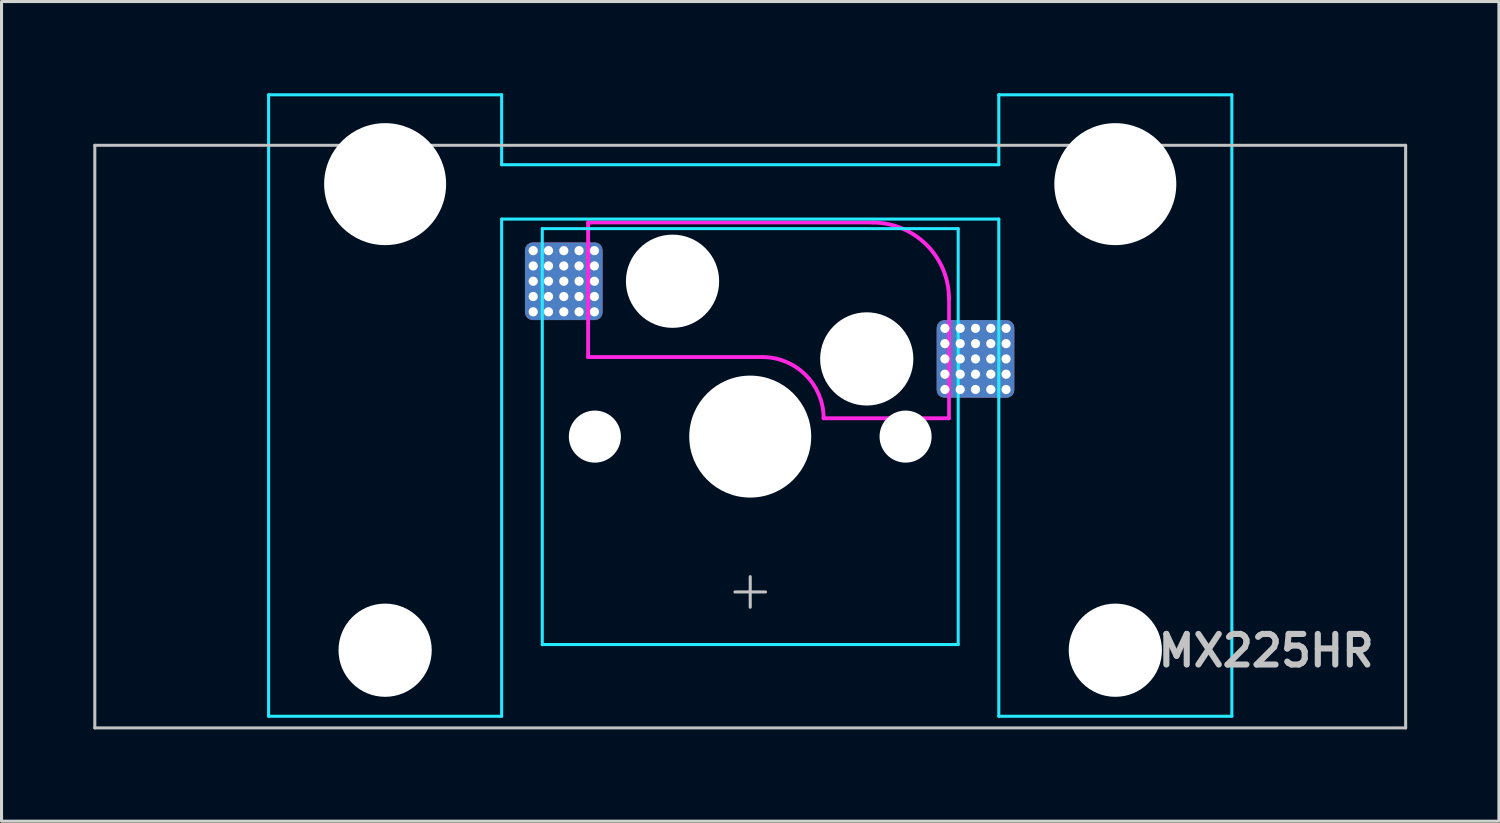
<source format=kicad_pcb>
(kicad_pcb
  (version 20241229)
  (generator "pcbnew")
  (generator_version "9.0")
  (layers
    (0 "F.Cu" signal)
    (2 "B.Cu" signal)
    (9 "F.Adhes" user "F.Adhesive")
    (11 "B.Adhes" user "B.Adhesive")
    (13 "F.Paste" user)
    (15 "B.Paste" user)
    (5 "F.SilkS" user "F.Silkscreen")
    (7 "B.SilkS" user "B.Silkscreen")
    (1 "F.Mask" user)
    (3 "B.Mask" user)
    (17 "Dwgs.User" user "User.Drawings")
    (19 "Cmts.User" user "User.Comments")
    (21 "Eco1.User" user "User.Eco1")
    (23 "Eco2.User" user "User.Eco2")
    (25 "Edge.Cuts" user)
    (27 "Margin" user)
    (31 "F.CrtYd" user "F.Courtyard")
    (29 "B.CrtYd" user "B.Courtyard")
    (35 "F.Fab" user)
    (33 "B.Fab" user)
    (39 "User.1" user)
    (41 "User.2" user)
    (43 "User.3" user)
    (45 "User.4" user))
  (footprint "MX225HR"
    (layer "F.Cu")
    (at 21.481 11.226)
    (property "Reference" "MX225HR" (at 20.5 7 0) (layer "Dwgs.User") (effects (font (size 1 1) (thickness 0.2)) (justify right)))
    (attr smd)
    (fp_line (start -21.431 -9.525) (end -21.431 9.525) (stroke (width 0.1) (type solid)) (layer "Dwgs.User"))
    (fp_line (start -21.431 -9.525) (end 21.431 -9.525) (stroke (width 0.1) (type solid)) (layer "Dwgs.User"))
    (fp_line (start -21.431 9.525) (end 21.431 9.525) (stroke (width 0.1) (type solid)) (layer "Dwgs.User"))
    (fp_line (start -0.5 5.08) (end 0.5 5.08) (stroke (width 0.1) (type solid)) (layer "Dwgs.User"))
    (fp_line (start 0 4.58) (end 0 5.58) (stroke (width 0.1) (type solid)) (layer "Dwgs.User"))
    (fp_line (start 21.431 -9.525) (end 21.431 9.525) (stroke (width 0.1) (type solid)) (layer "Dwgs.User"))
    (fp_line (start -15.438 -8.515) (end -15.438 5.485) (stroke (width 0.1) (type solid)) (layer "Eco1.User"))
    (fp_line (start -14.938 -9.015) (end -8.938 -9.015) (stroke (width 0.1) (type solid)) (layer "Eco1.User"))
    (fp_line (start -8.938 5.985) (end -14.938 5.985) (stroke (width 0.1) (type solid)) (layer "Eco1.User"))
    (fp_line (start -8.438 5.485) (end -8.438 -8.515) (stroke (width 0.1) (type solid)) (layer "Eco1.User"))
    (fp_line (start -7 -6.5) (end -7 6.5) (stroke (width 0.1) (type solid)) (layer "Eco1.User"))
    (fp_line (start -6.5 7) (end 6.5 7) (stroke (width 0.1) (type solid)) (layer "Eco1.User"))
    (fp_line (start 6.5 -7) (end -6.5 -7) (stroke (width 0.1) (type solid)) (layer "Eco1.User"))
    (fp_line (start 7 6.5) (end 7 -6.5) (stroke (width 0.1) (type solid)) (layer "Eco1.User"))
    (fp_line (start 8.438 -8.515) (end 8.438 5.485) (stroke (width 0.1) (type solid)) (layer "Eco1.User"))
    (fp_line (start 8.938 -9.015) (end 14.938 -9.015) (stroke (width 0.1) (type solid)) (layer "Eco1.User"))
    (fp_line (start 14.938 5.985) (end 8.938 5.985) (stroke (width 0.1) (type solid)) (layer "Eco1.User"))
    (fp_line (start 15.438 5.485) (end 15.438 -8.515) (stroke (width 0.1) (type solid)) (layer "Eco1.User"))
    (fp_arc (start -15.438 -8.515) (mid -15.291553 -8.868553) (end -14.938 -9.015) (stroke (width 0.1) (type solid)) (layer "Eco1.User"))
    (fp_arc (start -14.938 5.985) (mid -15.291553 5.838553) (end -15.438 5.485) (stroke (width 0.1) (type solid)) (layer "Eco1.User"))
    (fp_arc (start -8.938 -9.015) (mid -8.584447 -8.868553) (end -8.438 -8.515) (stroke (width 0.1) (type solid)) (layer "Eco1.User"))
    (fp_arc (start -8.438 5.485) (mid -8.584447 5.838553) (end -8.938 5.985) (stroke (width 0.1) (type solid)) (layer "Eco1.User"))
    (fp_arc (start -7 -6.5) (mid -6.853553 -6.853553) (end -6.5 -7) (stroke (width 0.1) (type solid)) (layer "Eco1.User"))
    (fp_arc (start -6.5 7) (mid -6.853553 6.853553) (end -7 6.5) (stroke (width 0.1) (type solid)) (layer "Eco1.User"))
    (fp_arc (start 6.5 -7) (mid 6.853553 -6.853553) (end 7 -6.5) (stroke (width 0.1) (type solid)) (layer "Eco1.User"))
    (fp_arc (start 7 6.5) (mid 6.853553 6.853553) (end 6.5 7) (stroke (width 0.1) (type solid)) (layer "Eco1.User"))
    (fp_arc (start 8.438 -8.515) (mid 8.584447 -8.868553) (end 8.938 -9.015) (stroke (width 0.1) (type solid)) (layer "Eco1.User"))
    (fp_arc (start 8.938 5.985) (mid 8.584447 5.838553) (end 8.438 5.485) (stroke (width 0.1) (type solid)) (layer "Eco1.User"))
    (fp_arc (start 14.938 -9.015) (mid 15.291553 -8.868553) (end 15.438 -8.515) (stroke (width 0.1) (type solid)) (layer "Eco1.User"))
    (fp_arc (start 15.438 5.485) (mid 15.291553 5.838553) (end 14.938 5.985) (stroke (width 0.1) (type solid)) (layer "Eco1.User"))
    (fp_line (start -15.748 -11.176) (end -15.748 9.144) (stroke (width 0.1) (type solid)) (layer "B.CrtYd"))
    (fp_line (start -15.748 -11.176) (end -8.128 -11.176) (stroke (width 0.1) (type solid)) (layer "B.CrtYd"))
    (fp_line (start -8.128 -8.89) (end -8.128 -11.176) (stroke (width 0.1) (type solid)) (layer "B.CrtYd"))
    (fp_line (start -8.128 -7.112) (end -8.128 9.142) (stroke (width 0.1) (type solid)) (layer "B.CrtYd"))
    (fp_line (start -8.128 9.144) (end -15.748 9.144) (stroke (width 0.1) (type solid)) (layer "B.CrtYd"))
    (fp_line (start -6.8 -6.8) (end -6.8 6.8) (stroke (width 0.1) (type solid)) (layer "B.CrtYd"))
    (fp_line (start 6.8 -6.8) (end -6.8 -6.8) (stroke (width 0.1) (type solid)) (layer "B.CrtYd"))
    (fp_line (start 6.8 -6.8) (end 6.8 6.8) (stroke (width 0.1) (type solid)) (layer "B.CrtYd"))
    (fp_line (start 6.8 6.8) (end -6.8 6.8) (stroke (width 0.1) (type solid)) (layer "B.CrtYd"))
    (fp_line (start 8.128 -8.89) (end -8.128 -8.89) (stroke (width 0.1) (type solid)) (layer "B.CrtYd"))
    (fp_line (start 8.128 -8.89) (end 8.128 -11.176) (stroke (width 0.1) (type solid)) (layer "B.CrtYd"))
    (fp_line (start 8.128 -7.112) (end -8.128 -7.112) (stroke (width 0.1) (type solid)) (layer "B.CrtYd"))
    (fp_line (start 8.128 -7.112) (end 8.128 9.144) (stroke (width 0.1) (type solid)) (layer "B.CrtYd"))
    (fp_line (start 8.128 9.144) (end 15.748 9.144) (stroke (width 0.1) (type solid)) (layer "B.CrtYd"))
    (fp_line (start 15.748 -11.176) (end 8.128 -11.176) (stroke (width 0.1) (type solid)) (layer "B.CrtYd"))
    (fp_line (start 15.748 9.144) (end 15.748 -11.176) (stroke (width 0.1) (type solid)) (layer "B.CrtYd"))
    (fp_line (start -5.3 -7) (end -5.3 -2.6) (stroke (width 0.127) (type solid)) (layer "F.CrtYd"))
    (fp_line (start -5.2 -7) (end -5.3 -7) (stroke (width 0.12) (type solid)) (layer "F.CrtYd"))
    (fp_line (start 0.4 -2.6) (end -5.3 -2.6) (stroke (width 0.127) (type solid)) (layer "F.CrtYd"))
    (fp_line (start 4 -7) (end -5.2 -7) (stroke (width 0.12) (type solid)) (layer "F.CrtYd"))
    (fp_line (start 6.5 -4.5) (end 6.5 -0.6) (stroke (width 0.12) (type solid)) (layer "F.CrtYd"))
    (fp_line (start 6.5 -0.6) (end 2.4 -0.6) (stroke (width 0.127) (type solid)) (layer "F.CrtYd"))
    (fp_arc (start 0.4 -2.6) (mid 1.814214 -2.014214) (end 2.4 -0.6) (stroke (width 0.127) (type solid)) (layer "F.CrtYd"))
    (fp_arc (start 4 -7) (mid 5.767767 -6.267767) (end 6.5 -4.5) (stroke (width 0.127) (type solid)) (layer "F.CrtYd"))
    (pad "" np_thru_hole circle (at -11.938 -8.255 180) (size 3.988 3.988) (drill 3.988) (layers "*.Cu" "*.Mask"))
    (pad "" np_thru_hole circle (at -11.938 6.985 180) (size 3.048 3.048) (drill 3.048) (layers "*.Cu" "*.Mask"))
    (pad "" np_thru_hole circle (at -5.08 0) (size 1.702 1.702) (drill 1.702) (layers "*.Cu" "*.Mask"))
    (pad "" np_thru_hole circle (at -2.54 -5.08) (size 3.048 3.048) (drill 3.048) (layers "*.Cu" "*.Mask"))
    (pad "" np_thru_hole circle (at 0 0) (size 3.988 3.988) (drill 3.988) (layers "*.Cu" "*.Mask"))
    (pad "" np_thru_hole circle (at 3.81 -2.54) (size 3.048 3.048) (drill 3.048) (layers "*.Cu" "*.Mask"))
    (pad "" np_thru_hole circle (at 5.08 0) (size 1.702 1.702) (drill 1.702) (layers "*.Cu" "*.Mask"))
    (pad "" np_thru_hole circle (at 11.938 -8.255 180) (size 3.988 3.988) (drill 3.988) (layers "*.Cu" "*.Mask"))
    (pad "" np_thru_hole circle (at 11.938 6.985 180) (size 3.048 3.048) (drill 3.048) (layers "*.Cu" "*.Mask"))
    (pad "1" thru_hole circle (at -7.096 -6.08) (size 0.3 0.3) (drill 0.3) (layers "*.Cu" "F.Mask"))
    (pad "1" thru_hole circle (at -7.096 -5.58) (size 0.3 0.3) (drill 0.3) (layers "*.Cu" "F.Mask"))
    (pad "1" thru_hole circle (at -7.096 -5.08) (size 0.3 0.3) (drill 0.3) (layers "*.Cu" "F.Mask"))
    (pad "1" thru_hole circle (at -7.096 -4.58) (size 0.3 0.3) (drill 0.3) (layers "*.Cu" "F.Mask"))
    (pad "1" thru_hole circle (at -7.096 -4.08) (size 0.3 0.3) (drill 0.3) (layers "*.Cu" "F.Mask"))
    (pad "1" thru_hole circle (at -6.596 -6.08) (size 0.3 0.3) (drill 0.3) (layers "*.Cu" "F.Mask"))
    (pad "1" thru_hole circle (at -6.596 -5.58) (size 0.3 0.3) (drill 0.3) (layers "*.Cu" "F.Mask"))
    (pad "1" thru_hole circle (at -6.596 -5.08) (size 0.3 0.3) (drill 0.3) (layers "*.Cu" "F.Mask"))
    (pad "1" thru_hole circle (at -6.596 -4.58) (size 0.3 0.3) (drill 0.3) (layers "*.Cu" "F.Mask"))
    (pad "1" thru_hole circle (at -6.596 -4.08) (size 0.3 0.3) (drill 0.3) (layers "*.Cu" "F.Mask"))
    (pad "1" thru_hole circle (at -6.096 -6.08) (size 0.3 0.3) (drill 0.3) (layers "*.Cu" "F.Mask"))
    (pad "1" thru_hole circle (at -6.096 -5.58) (size 0.3 0.3) (drill 0.3) (layers "*.Cu" "F.Mask"))
    (pad "1" thru_hole circle (at -6.096 -5.08) (size 0.3 0.3) (drill 0.3) (layers "*.Cu" "F.Mask"))
    (pad "1" smd roundrect (at -6.096 -5.08) (size 2.54 2.54) (layers "F.Cu" "F.Mask") (roundrect_rratio 0.1))
    (pad "1" smd roundrect (at -6.096 -5.08) (size 2.54 2.54) (layers "B.Cu") (roundrect_rratio 0.1))
    (pad "1" thru_hole circle (at -6.096 -4.58) (size 0.3 0.3) (drill 0.3) (layers "*.Cu" "F.Mask"))
    (pad "1" thru_hole circle (at -6.096 -4.08) (size 0.3 0.3) (drill 0.3) (layers "*.Cu" "F.Mask"))
    (pad "1" thru_hole circle (at -5.596 -6.08) (size 0.3 0.3) (drill 0.3) (layers "*.Cu" "F.Mask"))
    (pad "1" thru_hole circle (at -5.596 -5.58) (size 0.3 0.3) (drill 0.3) (layers "*.Cu" "F.Mask"))
    (pad "1" thru_hole circle (at -5.596 -5.08) (size 0.3 0.3) (drill 0.3) (layers "*.Cu" "F.Mask"))
    (pad "1" thru_hole circle (at -5.596 -4.58) (size 0.3 0.3) (drill 0.3) (layers "*.Cu" "F.Mask"))
    (pad "1" thru_hole circle (at -5.596 -4.08) (size 0.3 0.3) (drill 0.3) (layers "*.Cu" "F.Mask"))
    (pad "1" thru_hole circle (at -5.096 -6.08) (size 0.3 0.3) (drill 0.3) (layers "*.Cu" "F.Mask"))
    (pad "1" thru_hole circle (at -5.096 -5.58) (size 0.3 0.3) (drill 0.3) (layers "*.Cu" "F.Mask"))
    (pad "1" thru_hole circle (at -5.096 -5.08) (size 0.3 0.3) (drill 0.3) (layers "*.Cu" "F.Mask"))
    (pad "1" thru_hole circle (at -5.096 -4.58) (size 0.3 0.3) (drill 0.3) (layers "*.Cu" "F.Mask"))
    (pad "1" thru_hole circle (at -5.096 -4.08) (size 0.3 0.3) (drill 0.3) (layers "*.Cu" "F.Mask"))
    (pad "2" thru_hole circle (at 6.366 -3.54) (size 0.3 0.3) (drill 0.3) (layers "*.Cu" "F.Mask"))
    (pad "2" thru_hole circle (at 6.366 -3.04) (size 0.3 0.3) (drill 0.3) (layers "*.Cu" "F.Mask"))
    (pad "2" thru_hole circle (at 6.366 -2.54) (size 0.3 0.3) (drill 0.3) (layers "*.Cu" "F.Mask"))
    (pad "2" thru_hole circle (at 6.366 -2.04) (size 0.3 0.3) (drill 0.3) (layers "*.Cu" "F.Mask"))
    (pad "2" thru_hole circle (at 6.366 -1.54) (size 0.3 0.3) (drill 0.3) (layers "*.Cu" "F.Mask"))
    (pad "2" thru_hole circle (at 6.866 -3.54) (size 0.3 0.3) (drill 0.3) (layers "*.Cu" "F.Mask"))
    (pad "2" thru_hole circle (at 6.866 -3.04) (size 0.3 0.3) (drill 0.3) (layers "*.Cu" "F.Mask"))
    (pad "2" thru_hole circle (at 6.866 -2.54) (size 0.3 0.3) (drill 0.3) (layers "*.Cu" "F.Mask"))
    (pad "2" thru_hole circle (at 6.866 -2.04) (size 0.3 0.3) (drill 0.3) (layers "*.Cu" "F.Mask"))
    (pad "2" thru_hole circle (at 6.866 -1.54) (size 0.3 0.3) (drill 0.3) (layers "*.Cu" "F.Mask"))
    (pad "2" thru_hole circle (at 7.366 -3.54) (size 0.3 0.3) (drill 0.3) (layers "*.Cu" "F.Mask"))
    (pad "2" thru_hole circle (at 7.366 -3.04) (size 0.3 0.3) (drill 0.3) (layers "*.Cu" "F.Mask"))
    (pad "2" thru_hole circle (at 7.366 -2.54) (size 0.3 0.3) (drill 0.3) (layers "*.Cu" "F.Mask"))
    (pad "2" smd roundrect (at 7.366 -2.54) (size 2.54 2.54) (layers "F.Cu" "F.Mask") (roundrect_rratio 0.1))
    (pad "2" smd roundrect (at 7.366 -2.54) (size 2.54 2.54) (layers "B.Cu") (roundrect_rratio 0.1))
    (pad "2" thru_hole circle (at 7.366 -2.04) (size 0.3 0.3) (drill 0.3) (layers "*.Cu" "F.Mask"))
    (pad "2" thru_hole circle (at 7.366 -1.54) (size 0.3 0.3) (drill 0.3) (layers "*.Cu" "F.Mask"))
    (pad "2" thru_hole circle (at 7.866 -3.54) (size 0.3 0.3) (drill 0.3) (layers "*.Cu" "F.Mask"))
    (pad "2" thru_hole circle (at 7.866 -3.04) (size 0.3 0.3) (drill 0.3) (layers "*.Cu" "F.Mask"))
    (pad "2" thru_hole circle (at 7.866 -2.54) (size 0.3 0.3) (drill 0.3) (layers "*.Cu" "F.Mask"))
    (pad "2" thru_hole circle (at 7.866 -2.04) (size 0.3 0.3) (drill 0.3) (layers "*.Cu" "F.Mask"))
    (pad "2" thru_hole circle (at 7.866 -1.54) (size 0.3 0.3) (drill 0.3) (layers "*.Cu" "F.Mask"))
    (pad "2" thru_hole circle (at 8.366 -3.54) (size 0.3 0.3) (drill 0.3) (layers "*.Cu" "F.Mask"))
    (pad "2" thru_hole circle (at 8.366 -3.04) (size 0.3 0.3) (drill 0.3) (layers "*.Cu" "F.Mask"))
    (pad "2" thru_hole circle (at 8.366 -2.54) (size 0.3 0.3) (drill 0.3) (layers "*.Cu" "F.Mask"))
    (pad "2" thru_hole circle (at 8.366 -2.04) (size 0.3 0.3) (drill 0.3) (layers "*.Cu" "F.Mask"))
    (pad "2" thru_hole circle (at 8.366 -1.54) (size 0.3 0.3) (drill 0.3) (layers "*.Cu" "F.Mask")))
  (gr_rect
    (start -3 -3)
    (end 45.962 23.801)
    (stroke (width 0.1) (type default))
    (fill no)
    (layer "Edge.Cuts")))
</source>
